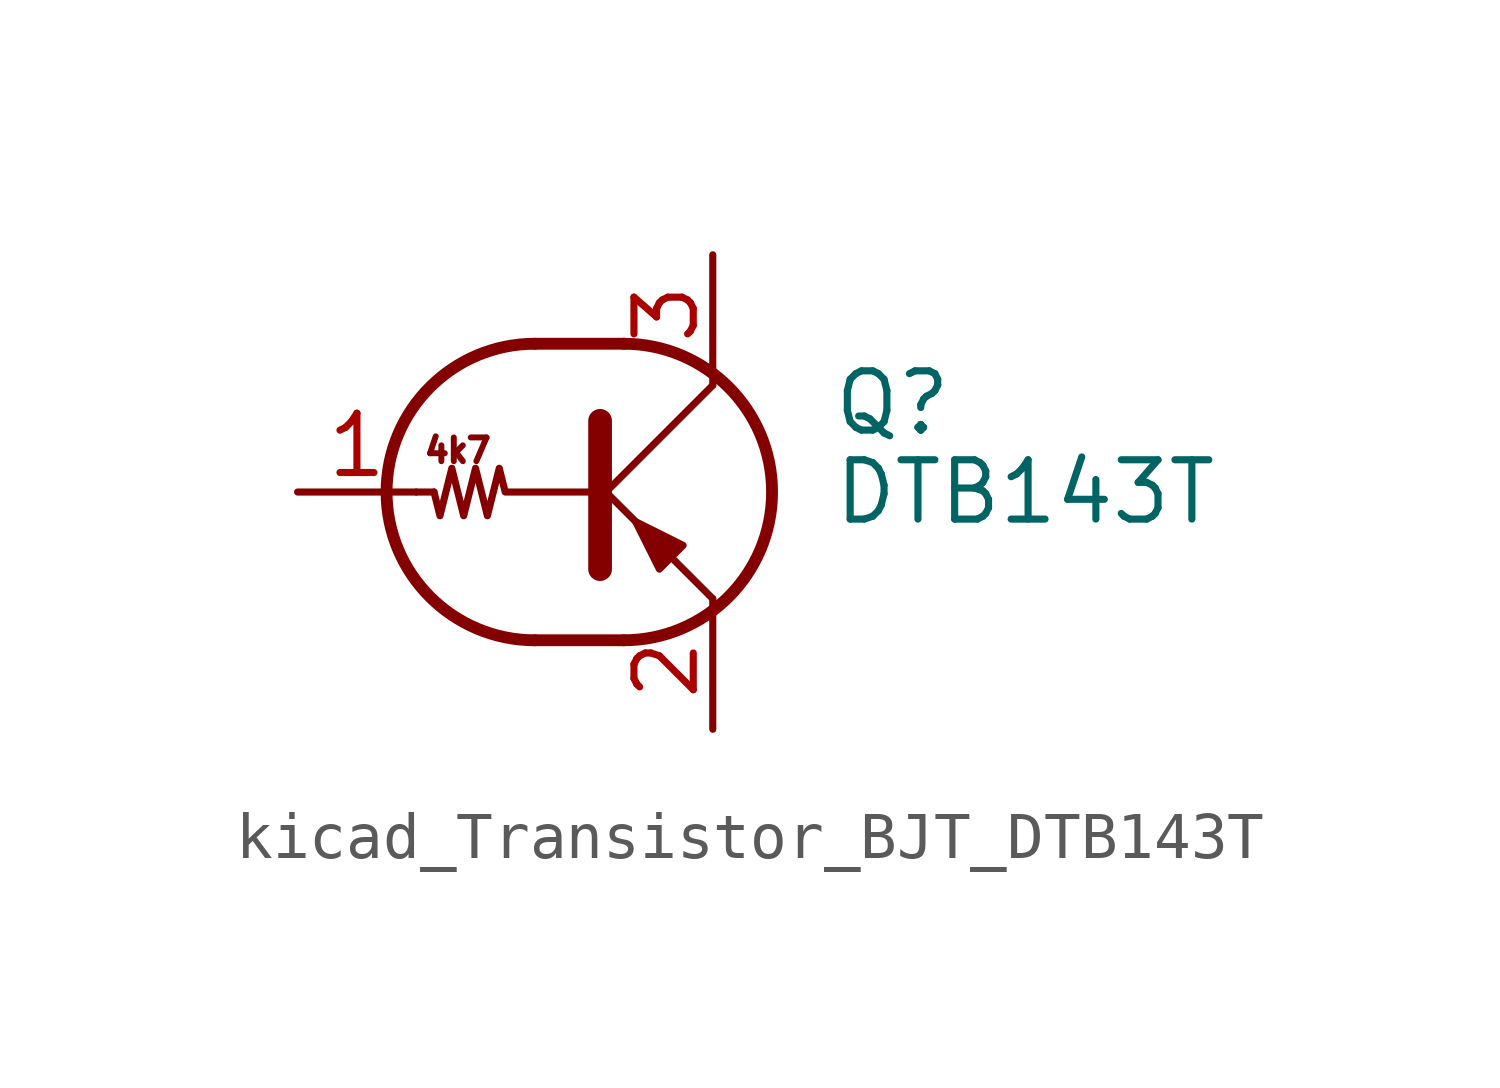
<source format=kicad_sym>
(kicad_symbol_lib
  (version 20220914)
  (generator kicad_symbol_editor)
  (symbol "kicad_Transistor_BJT_DTB143T"
    (pin_names
      (offset 0) hide)
    (property "Reference" "Q"
      (at 5.08 1.905 0)
      (effects (font (size 1.27 1.27)) (justify left)))
    (property "Value" "DTB143T"
      (at 5.08 0 0)
      (effects (font (size 1.27 1.27)) (justify left)))
    (symbol "kicad_Transistor_BJT_DTB143T_0_0"
      (polyline (pts (xy 2.54 -2.286) (xy 2.54 -2.54)) (stroke (width 0) (type default)) (fill (type none)))
      (text "4k7" (at -2.921 0.889 0) (effects (font (size 0.508 0.508)))))
    (symbol "kicad_Transistor_BJT_DTB143T_0_1"
      (arc (start -1.27 3.175) (mid -4.4312 0) (end -1.27 -3.175) (stroke (width 0.254) (type default)) (fill (type none)))
      (polyline (pts (xy -3.429 0) (xy -3.81 0)) (stroke (width 0) (type default)) (fill (type none)))
      (polyline (pts (xy -1.27 -3.175) (xy 0.635 -3.175)) (stroke (width 0.254) (type default)) (fill (type none)))
      (polyline (pts (xy -1.27 3.175) (xy 0.635 3.175)) (stroke (width 0.254) (type default)) (fill (type none)))
      (polyline (pts (xy 0 -0.254) (xy 2.54 2.286)) (stroke (width 0) (type default)) (fill (type none)))
      (polyline (pts (xy 0.127 1.524) (xy 0.127 -1.651)) (stroke (width 0.508) (type default)) (fill (type outline)))
      (polyline (pts (xy 2.54 2.286) (xy 2.54 2.54)) (stroke (width 0) (type default)) (fill (type none)))
      (polyline (pts (xy 2.54 -2.286) (xy 0 0.254) (xy 0 0.254)) (stroke (width 0) (type default)) (fill (type none)))
      (polyline (pts (xy 1.397 -1.651) (xy 1.905 -1.143) (xy 0.889 -0.635) (xy 1.397 -1.651)) (stroke (width 0) (type default)) (fill (type outline)))
      (polyline (pts (xy 0 0) (xy -1.905 0) (xy -2.032 0.508) (xy -2.286 -0.508) (xy -2.54 0.508) (xy -2.794 -0.508) (xy -3.048 0.508) (xy -3.302 -0.508) (xy -3.429 0)) (stroke (width 0) (type default)) (fill (type none)))
      (arc (start 0.635 -3.175) (mid 3.7962 0) (end 0.635 3.175) (stroke (width 0.254) (type default)) (fill (type none))))
    (symbol "kicad_Transistor_BJT_DTB143T_1_1"
      (pin input line (at -6.35 0 0) (length 2.54) (name "B" (effects (font (size 1.27 1.27)))) (number "1" (effects (font (size 1.27 1.27)))))
      (pin passive line (at 2.54 -5.08 90) (length 2.54) (name "E" (effects (font (size 1.27 1.27)))) (number "2" (effects (font (size 1.27 1.27)))))
      (pin passive line (at 2.54 5.08 270) (length 2.54) (name "C" (effects (font (size 1.27 1.27)))) (number "3" (effects (font (size 1.27 1.27))))))))
</source>
